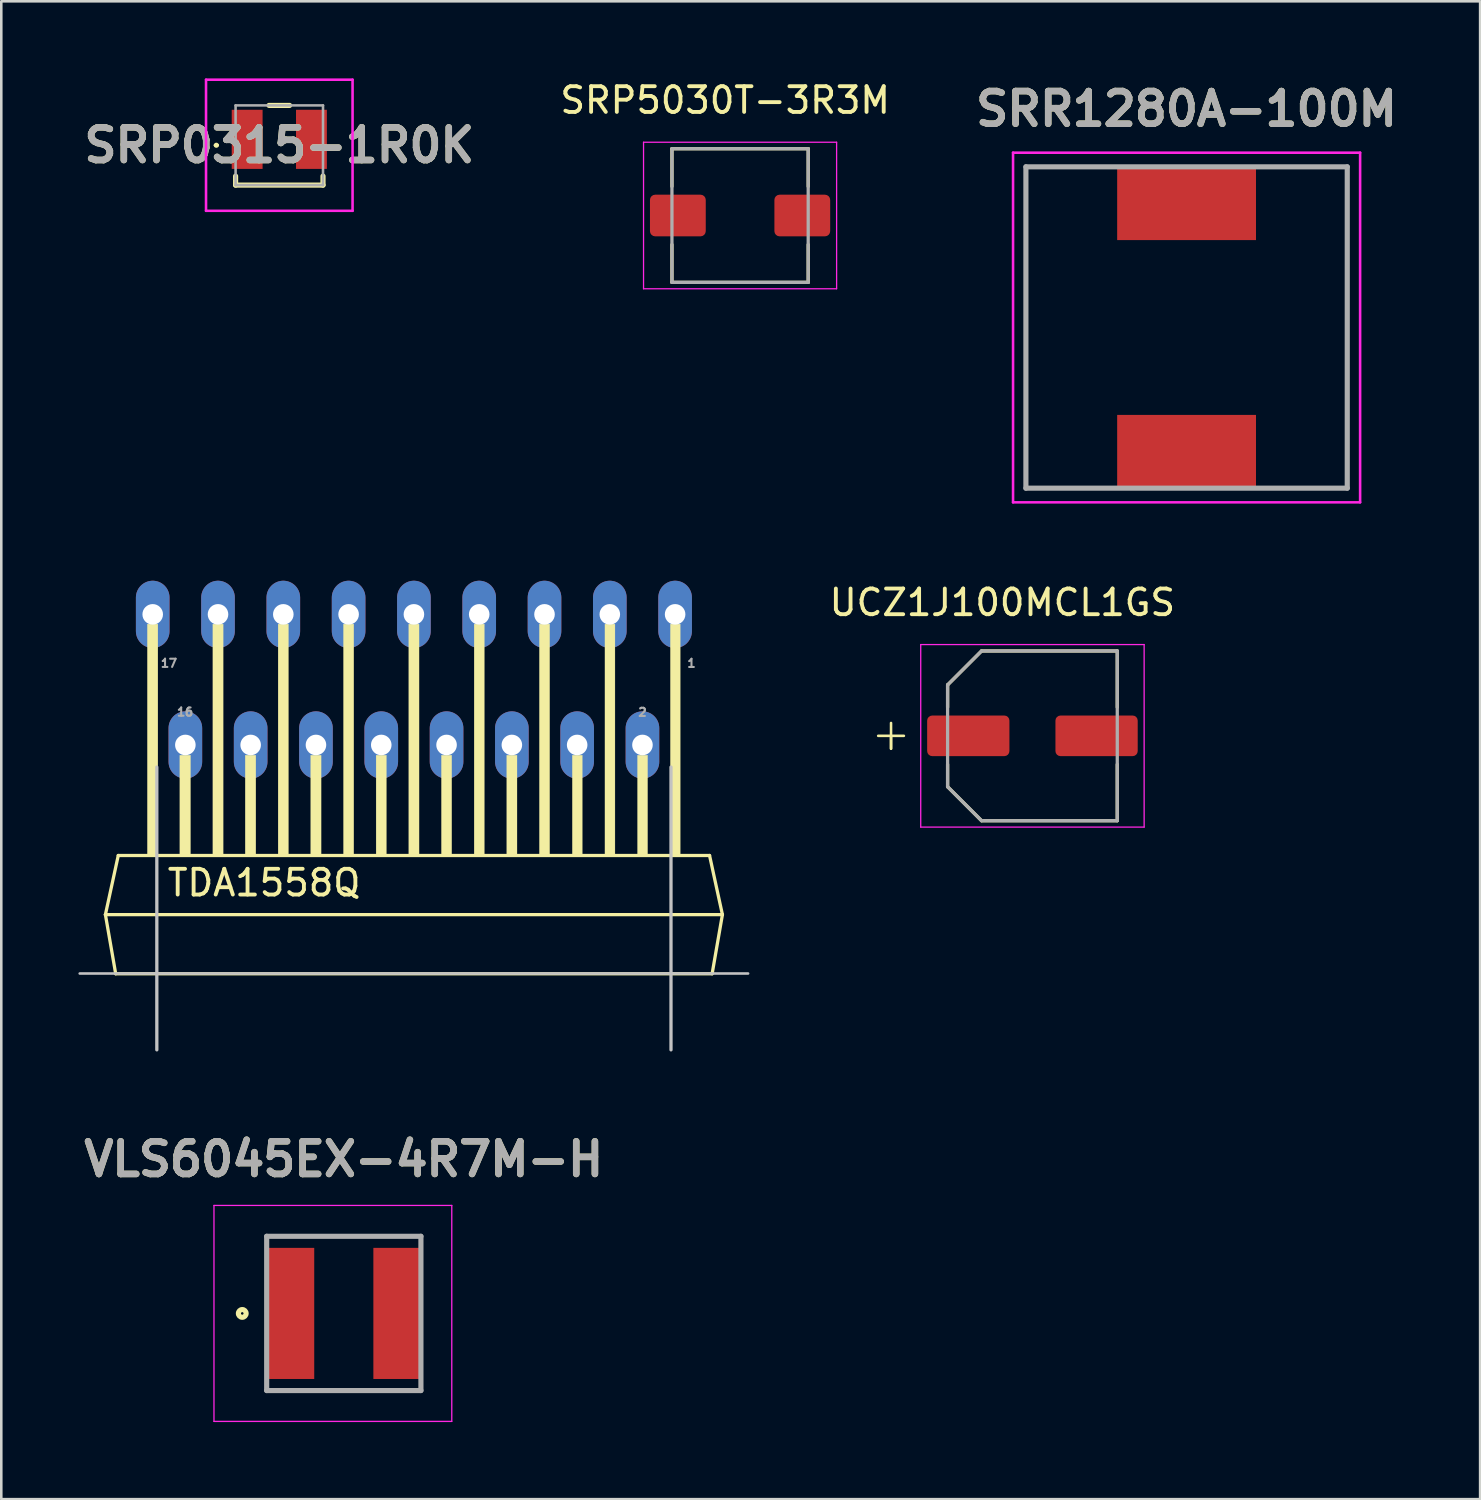
<source format=kicad_pcb>
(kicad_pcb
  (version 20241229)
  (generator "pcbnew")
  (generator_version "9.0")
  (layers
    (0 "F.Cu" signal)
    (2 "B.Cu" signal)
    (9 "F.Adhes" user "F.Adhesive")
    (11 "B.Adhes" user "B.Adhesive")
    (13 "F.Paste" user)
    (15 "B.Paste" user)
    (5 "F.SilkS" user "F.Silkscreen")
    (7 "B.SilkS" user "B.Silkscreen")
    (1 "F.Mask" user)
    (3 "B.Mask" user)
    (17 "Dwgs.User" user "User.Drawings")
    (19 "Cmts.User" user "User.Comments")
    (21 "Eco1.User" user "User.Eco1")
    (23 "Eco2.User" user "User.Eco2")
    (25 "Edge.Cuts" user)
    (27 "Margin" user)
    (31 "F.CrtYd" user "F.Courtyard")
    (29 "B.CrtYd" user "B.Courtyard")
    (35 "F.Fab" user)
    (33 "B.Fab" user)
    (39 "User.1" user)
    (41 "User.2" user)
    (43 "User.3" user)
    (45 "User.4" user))
  (footprint "TDA1558Q"
    (layer "F.Cu")
    (at 13.05 34.817)
    (property "Reference" "TDA1558Q" (at -5.828 -3.527 0) (layer "F.SilkS") (effects (font (size 1.001 1.001) (thickness 0.15))))
    (attr through_hole)
    (fp_line (start -12 -2.29) (end -11.6 0.01) (stroke (width 0.127) (type solid)) (layer "F.SilkS"))
    (fp_line (start -12 -2.29) (end -11.5 -4.59) (stroke (width 0.127) (type solid)) (layer "F.SilkS"))
    (fp_line (start -12 -2.29) (end 12 -2.29) (stroke (width 0.127) (type solid)) (layer "F.SilkS"))
    (fp_line (start -11.5 -4.59) (end 11.5 -4.59) (stroke (width 0.127) (type solid)) (layer "F.SilkS"))
    (fp_line (start 11.6 0.01) (end -11.6 0.01) (stroke (width 0.127) (type solid)) (layer "F.SilkS"))
    (fp_line (start 12 -2.29) (end 11.5 -4.59) (stroke (width 0.127) (type solid)) (layer "F.SilkS"))
    (fp_line (start 12 -2.29) (end 11.6 0.01) (stroke (width 0.127) (type solid)) (layer "F.SilkS"))
    (fp_poly (pts (xy -10.368 -13.59) (xy -9.96 -13.59) (xy -9.96 -4.594) (xy -10.368 -4.594)) (stroke (width 0.01) (type solid)) (fill yes) (layer "F.SilkS"))
    (fp_poly (pts (xy -9.105 -8.49) (xy -8.69 -8.49) (xy -8.69 -4.597) (xy -9.105 -4.597)) (stroke (width 0.01) (type solid)) (fill yes) (layer "F.SilkS"))
    (fp_poly (pts (xy -7.82 -13.59) (xy -7.42 -13.59) (xy -7.42 -4.59) (xy -7.82 -4.59)) (stroke (width 0.01) (type solid)) (fill yes) (layer "F.SilkS"))
    (fp_poly (pts (xy -6.561 -8.49) (xy -6.15 -8.49) (xy -6.15 -4.598) (xy -6.561 -4.598)) (stroke (width 0.01) (type solid)) (fill yes) (layer "F.SilkS"))
    (fp_poly (pts (xy -5.281 -13.59) (xy -4.88 -13.59) (xy -4.88 -4.591) (xy -5.281 -4.591)) (stroke (width 0.01) (type solid)) (fill yes) (layer "F.SilkS"))
    (fp_poly (pts (xy -4.015 -8.49) (xy -3.61 -8.49) (xy -3.61 -4.596) (xy -4.015 -4.596)) (stroke (width 0.01) (type solid)) (fill yes) (layer "F.SilkS"))
    (fp_poly (pts (xy -2.74 -13.59) (xy -2.34 -13.59) (xy -2.34 -4.591) (xy -2.74 -4.591)) (stroke (width 0.01) (type solid)) (fill yes) (layer "F.SilkS"))
    (fp_poly (pts (xy -1.47 -8.49) (xy -1.07 -8.49) (xy -1.07 -4.59) (xy -1.47 -4.59)) (stroke (width 0.01) (type solid)) (fill yes) (layer "F.SilkS"))
    (fp_poly (pts (xy -0.2 -13.59) (xy 0.2 -13.59) (xy 0.2 -4.597) (xy -0.2 -4.597)) (stroke (width 0.01) (type solid)) (fill yes) (layer "F.SilkS"))
    (fp_poly (pts (xy 1.07 -8.49) (xy 1.47 -8.49) (xy 1.47 -4.591) (xy 1.07 -4.591)) (stroke (width 0.01) (type solid)) (fill yes) (layer "F.SilkS"))
    (fp_poly (pts (xy 2.344 -13.59) (xy 2.74 -13.59) (xy 2.74 -4.599) (xy 2.344 -4.599)) (stroke (width 0.01) (type solid)) (fill yes) (layer "F.SilkS"))
    (fp_poly (pts (xy 3.611 -8.49) (xy 4.01 -8.49) (xy 4.01 -4.591) (xy 3.611 -4.591)) (stroke (width 0.01) (type solid)) (fill yes) (layer "F.SilkS"))
    (fp_poly (pts (xy 4.881 -13.59) (xy 5.28 -13.59) (xy 5.28 -4.591) (xy 4.881 -4.591)) (stroke (width 0.01) (type solid)) (fill yes) (layer "F.SilkS"))
    (fp_poly (pts (xy 6.162 -8.49) (xy 6.55 -8.49) (xy 6.55 -4.599) (xy 6.162 -4.599)) (stroke (width 0.01) (type solid)) (fill yes) (layer "F.SilkS"))
    (fp_poly (pts (xy 7.431 -13.59) (xy 7.82 -13.59) (xy 7.82 -4.597) (xy 7.431 -4.597)) (stroke (width 0.01) (type solid)) (fill yes) (layer "F.SilkS"))
    (fp_poly (pts (xy 8.697 -8.49) (xy 9.09 -8.49) (xy 9.09 -4.594) (xy 8.697 -4.594)) (stroke (width 0.01) (type solid)) (fill yes) (layer "F.SilkS"))
    (fp_poly (pts (xy 9.976 -13.59) (xy 10.36 -13.59) (xy 10.36 -4.598) (xy 9.976 -4.598)) (stroke (width 0.01) (type solid)) (fill yes) (layer "F.SilkS"))
    (fp_line (start -13 0) (end 13 0) (stroke (width 0.1) (type solid)) (layer "Dwgs.User"))
    (fp_line (start -10 -8.03) (end -10 2.97) (stroke (width 0.127) (type solid)) (layer "Dwgs.User"))
    (fp_line (start 10 -8.03) (end 10 2.97) (stroke (width 0.127) (type solid)) (layer "Dwgs.User"))
    (fp_text user "16" (at -8.9 -10.172 0) (layer "F.Fab") (effects (font (size 0.32 0.32) (thickness 0.15))))
    (fp_text user "17" (at -9.528 -12.069 0) (layer "F.Fab") (effects (font (size 0.32 0.32) (thickness 0.15))))
    (fp_text user "1" (at 10.797 -12.067 0) (layer "F.Fab") (effects (font (size 0.32 0.32) (thickness 0.15))))
    (fp_text user "2" (at 8.892 -10.162 0) (layer "F.Fab") (effects (font (size 0.32 0.32) (thickness 0.15))))
    (pad "1" thru_hole oval (at 10.16 -13.97) (size 1.308 2.616) (drill 0.8) (layers "*.Cu" "*.Mask"))
    (pad "2" thru_hole oval (at 8.89 -8.89) (size 1.308 2.616) (drill 0.8) (layers "*.Cu" "*.Mask"))
    (pad "3" thru_hole oval (at 7.62 -13.97) (size 1.308 2.616) (drill 0.8) (layers "*.Cu" "*.Mask"))
    (pad "4" thru_hole oval (at 6.35 -8.89) (size 1.308 2.616) (drill 0.8) (layers "*.Cu" "*.Mask"))
    (pad "5" thru_hole oval (at 5.08 -13.97) (size 1.308 2.616) (drill 0.8) (layers "*.Cu" "*.Mask"))
    (pad "6" thru_hole oval (at 3.81 -8.89) (size 1.308 2.616) (drill 0.8) (layers "*.Cu" "*.Mask"))
    (pad "7" thru_hole oval (at 2.54 -13.97) (size 1.308 2.616) (drill 0.8) (layers "*.Cu" "*.Mask"))
    (pad "8" thru_hole oval (at 1.27 -8.89) (size 1.308 2.616) (drill 0.8) (layers "*.Cu" "*.Mask"))
    (pad "9" thru_hole oval (at 0 -13.97) (size 1.308 2.616) (drill 0.8) (layers "*.Cu" "*.Mask"))
    (pad "10" thru_hole oval (at -1.27 -8.89) (size 1.308 2.616) (drill 0.8) (layers "*.Cu" "*.Mask"))
    (pad "11" thru_hole oval (at -2.54 -13.97) (size 1.308 2.616) (drill 0.8) (layers "*.Cu" "*.Mask"))
    (pad "12" thru_hole oval (at -3.81 -8.89) (size 1.308 2.616) (drill 0.8) (layers "*.Cu" "*.Mask"))
    (pad "13" thru_hole oval (at -5.08 -13.97) (size 1.308 2.616) (drill 0.8) (layers "*.Cu" "*.Mask"))
    (pad "14" thru_hole oval (at -6.35 -8.89) (size 1.308 2.616) (drill 0.8) (layers "*.Cu" "*.Mask"))
    (pad "15" thru_hole oval (at -7.62 -13.97) (size 1.308 2.616) (drill 0.8) (layers "*.Cu" "*.Mask"))
    (pad "16" thru_hole oval (at -8.89 -8.89) (size 1.308 2.616) (drill 0.8) (layers "*.Cu" "*.Mask"))
    (pad "17" thru_hole oval (at -10.16 -13.97) (size 1.308 2.616) (drill 0.8) (layers "*.Cu" "*.Mask")))
  (footprint "SRP0315-1R0K"
    (layer "F.Cu")
    (at 7.814 2.6)
    (property "Reference" "SRP0315-1R0K" (at 0 0 0) (layer "F.SilkS") (effects (font (size 1.27 1.27) (thickness 0.254))))
    (attr smd)
    (fp_line (start -2.5 0) (end -2.5 0) (stroke (width 0.1) (type solid)) (layer "F.SilkS"))
    (fp_line (start -2.4 0) (end -2.4 0) (stroke (width 0.1) (type solid)) (layer "F.SilkS"))
    (fp_line (start -1.7 1.2) (end -1.7 1.55) (stroke (width 0.2) (type solid)) (layer "F.SilkS"))
    (fp_line (start -1.7 1.55) (end 1.7 1.55) (stroke (width 0.2) (type solid)) (layer "F.SilkS"))
    (fp_line (start -0.4 -1.55) (end 0.4 -1.55) (stroke (width 0.2) (type solid)) (layer "F.SilkS"))
    (fp_line (start 1.7 1.55) (end 1.7 1.2) (stroke (width 0.2) (type solid)) (layer "F.SilkS"))
    (fp_arc (start -2.5 0) (mid -2.45 -0.05) (end -2.4 0) (stroke (width 0.1) (type solid)) (layer "F.SilkS"))
    (fp_arc (start -2.4 0) (mid -2.45 0.05) (end -2.5 0) (stroke (width 0.1) (type solid)) (layer "F.SilkS"))
    (fp_line (start -2.85 -2.55) (end 2.85 -2.55) (stroke (width 0.1) (type solid)) (layer "F.CrtYd"))
    (fp_line (start -2.85 2.55) (end -2.85 -2.55) (stroke (width 0.1) (type solid)) (layer "F.CrtYd"))
    (fp_line (start 2.85 -2.55) (end 2.85 2.55) (stroke (width 0.1) (type solid)) (layer "F.CrtYd"))
    (fp_line (start 2.85 2.55) (end -2.85 2.55) (stroke (width 0.1) (type solid)) (layer "F.CrtYd"))
    (fp_line (start -1.7 -1.55) (end -1.7 1.55) (stroke (width 0.1) (type solid)) (layer "F.Fab"))
    (fp_line (start -1.7 1.55) (end 1.7 1.55) (stroke (width 0.1) (type solid)) (layer "F.Fab"))
    (fp_line (start 1.7 -1.55) (end -1.7 -1.55) (stroke (width 0.1) (type solid)) (layer "F.Fab"))
    (fp_line (start 1.7 1.55) (end 1.7 -1.55) (stroke (width 0.1) (type solid)) (layer "F.Fab"))
    (fp_text user "${REFERENCE}" (at 0 0 0) (layer "F.Fab") (effects (font (size 1.27 1.27) (thickness 0.254))))
    (pad "1" smd rect (at -1.25 -0.23) (size 1.2 2.3) (layers "F.Cu" "F.Mask" "F.Paste"))
    (pad "2" smd rect (at 1.25 -0.23) (size 1.2 2.3) (layers "F.Cu" "F.Mask" "F.Paste")))
  (footprint "VLS6045EX-4R7M-H"
    (layer "F.Cu")
    (at 10.323 48.039)
    (property "Reference" "VLS6045EX-4R7M-H" (at 0 -6 0) (layer "F.SilkS") (effects (font (size 1.27 1.27) (thickness 0.254))))
    (attr smd)
    (fp_circle (center -3.95 0) (end -3.95 0.05) (stroke (width 0.2) (type solid)) (fill no) (layer "F.SilkS"))
    (fp_line (start -5.05 -4.2) (end 4.2 -4.2) (stroke (width 0.05) (type solid)) (layer "F.CrtYd"))
    (fp_line (start -5.05 4.2) (end -5.05 -4.2) (stroke (width 0.05) (type solid)) (layer "F.CrtYd"))
    (fp_line (start 4.2 -4.2) (end 4.2 4.2) (stroke (width 0.05) (type solid)) (layer "F.CrtYd"))
    (fp_line (start 4.2 4.2) (end -5.05 4.2) (stroke (width 0.05) (type solid)) (layer "F.CrtYd"))
    (fp_line (start -3 -3) (end 3 -3) (stroke (width 0.2) (type solid)) (layer "F.Fab"))
    (fp_line (start -3 3) (end -3 -3) (stroke (width 0.2) (type solid)) (layer "F.Fab"))
    (fp_line (start 3 -3) (end 3 3) (stroke (width 0.2) (type solid)) (layer "F.Fab"))
    (fp_line (start 3 3) (end -3 3) (stroke (width 0.2) (type solid)) (layer "F.Fab"))
    (fp_text user "${REFERENCE}" (at 0 -6 0) (layer "F.Fab") (effects (font (size 1.27 1.27) (thickness 0.254))))
    (pad "1" smd rect (at -2.1 0) (size 1.9 5.1) (layers "F.Cu" "F.Mask" "F.Paste"))
    (pad "2" smd rect (at 2.1 0) (size 1.9 5.1) (layers "F.Cu" "F.Mask" "F.Paste")))
  (footprint "SRP5030T-3R3M"
    (layer "F.Cu")
    (at 25.737 5.333)
    (property "Reference" "SRP5030T-3R3M" (at -0.58 -4.485 0) (layer "F.SilkS") (effects (font (size 1 1) (thickness 0.15))))
    (attr smd)
    (fp_line (start -2.65 -2.6) (end 2.65 -2.6) (stroke (width 0.127) (type solid)) (layer "F.SilkS"))
    (fp_line (start -2.65 -1.13) (end -2.65 -2.6) (stroke (width 0.127) (type solid)) (layer "F.SilkS"))
    (fp_line (start -2.65 2.6) (end -2.65 1.13) (stroke (width 0.127) (type solid)) (layer "F.SilkS"))
    (fp_line (start 2.65 -2.6) (end 2.65 -1.13) (stroke (width 0.127) (type solid)) (layer "F.SilkS"))
    (fp_line (start 2.65 2.6) (end -2.65 2.6) (stroke (width 0.127) (type solid)) (layer "F.SilkS"))
    (fp_line (start 2.65 2.6) (end 2.65 1.13) (stroke (width 0.127) (type solid)) (layer "F.SilkS"))
    (fp_line (start -3.755 -2.85) (end -3.755 2.85) (stroke (width 0.05) (type solid)) (layer "F.CrtYd"))
    (fp_line (start -3.755 2.85) (end 3.755 2.85) (stroke (width 0.05) (type solid)) (layer "F.CrtYd"))
    (fp_line (start 3.755 -2.85) (end -3.755 -2.85) (stroke (width 0.05) (type solid)) (layer "F.CrtYd"))
    (fp_line (start 3.755 2.85) (end 3.755 -2.85) (stroke (width 0.05) (type solid)) (layer "F.CrtYd"))
    (fp_line (start -2.65 -2.6) (end 2.65 -2.6) (stroke (width 0.127) (type solid)) (layer "F.Fab"))
    (fp_line (start -2.65 2.6) (end -2.65 -2.6) (stroke (width 0.127) (type solid)) (layer "F.Fab"))
    (fp_line (start 2.65 -2.6) (end 2.65 2.6) (stroke (width 0.127) (type solid)) (layer "F.Fab"))
    (fp_line (start 2.65 2.6) (end -2.65 2.6) (stroke (width 0.127) (type solid)) (layer "F.Fab"))
    (pad "1" smd roundrect (at -2.42 0) (size 2.17 1.62) (layers "F.Cu" "F.Mask" "F.Paste") (roundrect_rratio 0.125))
    (pad "2" smd roundrect (at 2.42 0) (size 2.17 1.62) (layers "F.Cu" "F.Mask" "F.Paste") (roundrect_rratio 0.125)))
  (footprint "UCZ1J100MCL1GS"
    (layer "F.Cu")
    (at 37.109 25.572)
    (property "Reference" "UCZ1J100MCL1GS" (at -1.17 -5.185 0) (layer "F.SilkS") (effects (font (size 1 1) (thickness 0.15))))
    (attr smd)
    (fp_line (start -6 0) (end -5.5 0) (stroke (width 0.1) (type default)) (layer "F.SilkS"))
    (fp_line (start -5.5 -0.5) (end -5.5 0.5) (stroke (width 0.1) (type default)) (layer "F.SilkS"))
    (fp_line (start -5.5 0) (end -5 0) (stroke (width 0.1) (type default)) (layer "F.SilkS"))
    (fp_line (start -5.5 0.5) (end -5.5 0) (stroke (width 0.1) (type default)) (layer "F.SilkS"))
    (fp_line (start -3.3 -1.98) (end -1.98 -3.3) (stroke (width 0.127) (type solid)) (layer "F.SilkS"))
    (fp_line (start -3.3 -1.11) (end -3.3 -1.98) (stroke (width 0.127) (type solid)) (layer "F.SilkS"))
    (fp_line (start -3.3 1.98) (end -3.3 1.11) (stroke (width 0.127) (type solid)) (layer "F.SilkS"))
    (fp_line (start -1.98 -3.3) (end 3.3 -3.3) (stroke (width 0.127) (type solid)) (layer "F.SilkS"))
    (fp_line (start -1.98 3.3) (end -3.3 1.98) (stroke (width 0.127) (type solid)) (layer "F.SilkS"))
    (fp_line (start 3.3 -3.3) (end 3.3 -1.11) (stroke (width 0.127) (type solid)) (layer "F.SilkS"))
    (fp_line (start 3.3 3.3) (end -1.98 3.3) (stroke (width 0.127) (type solid)) (layer "F.SilkS"))
    (fp_line (start 3.3 3.3) (end 3.3 1.11) (stroke (width 0.127) (type solid)) (layer "F.SilkS"))
    (fp_line (start -4.345 -3.55) (end -4.345 3.55) (stroke (width 0.05) (type solid)) (layer "F.CrtYd"))
    (fp_line (start -4.345 3.55) (end 4.345 3.55) (stroke (width 0.05) (type solid)) (layer "F.CrtYd"))
    (fp_line (start 4.345 -3.55) (end -4.345 -3.55) (stroke (width 0.05) (type solid)) (layer "F.CrtYd"))
    (fp_line (start 4.345 3.55) (end 4.345 -3.55) (stroke (width 0.05) (type solid)) (layer "F.CrtYd"))
    (fp_line (start -3.3 -1.98) (end -1.98 -3.3) (stroke (width 0.127) (type solid)) (layer "F.Fab"))
    (fp_line (start -3.3 1.98) (end -3.3 -1.98) (stroke (width 0.127) (type solid)) (layer "F.Fab"))
    (fp_line (start -1.98 -3.3) (end 3.3 -3.3) (stroke (width 0.127) (type solid)) (layer "F.Fab"))
    (fp_line (start -1.98 3.3) (end -3.3 1.98) (stroke (width 0.127) (type solid)) (layer "F.Fab"))
    (fp_line (start 3.3 -3.3) (end 3.3 3.3) (stroke (width 0.127) (type solid)) (layer "F.Fab"))
    (fp_line (start 3.3 3.3) (end -1.98 3.3) (stroke (width 0.127) (type solid)) (layer "F.Fab"))
    (pad "1" smd roundrect (at -2.495 0) (size 3.2 1.58) (layers "F.Cu" "F.Mask" "F.Paste") (roundrect_rratio 0.125))
    (pad "2" smd roundrect (at 2.495 0) (size 3.2 1.58) (layers "F.Cu" "F.Mask" "F.Paste") (roundrect_rratio 0.125)))
  (footprint "SRR1280A-100M"
    (layer "F.Cu")
    (at 43.105 9.689)
    (property "Reference" "SRR1280A-100M" (at 0 -8.5 0) (layer "F.SilkS") (effects (font (size 1.27 1.27) (thickness 0.254))))
    (attr smd)
    (fp_line (start -6.25 -6.25) (end -6.25 6.25) (stroke (width 0.1) (type solid)) (layer "F.SilkS"))
    (fp_line (start 6.25 -6.25) (end 6.25 6.25) (stroke (width 0.1) (type solid)) (layer "F.SilkS"))
    (fp_line (start -6.75 -6.8) (end 6.75 -6.8) (stroke (width 0.1) (type solid)) (layer "F.CrtYd"))
    (fp_line (start -6.75 6.8) (end -6.75 -6.8) (stroke (width 0.1) (type solid)) (layer "F.CrtYd"))
    (fp_line (start 6.75 -6.8) (end 6.75 6.8) (stroke (width 0.1) (type solid)) (layer "F.CrtYd"))
    (fp_line (start 6.75 6.8) (end -6.75 6.8) (stroke (width 0.1) (type solid)) (layer "F.CrtYd"))
    (fp_line (start -6.25 -6.25) (end 6.25 -6.25) (stroke (width 0.2) (type solid)) (layer "F.Fab"))
    (fp_line (start -6.25 6.25) (end -6.25 -6.25) (stroke (width 0.2) (type solid)) (layer "F.Fab"))
    (fp_line (start 6.25 -6.25) (end 6.25 6.25) (stroke (width 0.2) (type solid)) (layer "F.Fab"))
    (fp_line (start 6.25 6.25) (end -6.25 6.25) (stroke (width 0.2) (type solid)) (layer "F.Fab"))
    (fp_text user "${REFERENCE}" (at 0 -8.5 0) (layer "F.Fab") (effects (font (size 1.27 1.27) (thickness 0.254))))
    (pad "1" smd rect (at 0 -4.85 90) (size 2.9 5.4) (layers "F.Cu" "F.Mask" "F.Paste"))
    (pad "2" smd rect (at 0 4.85 90) (size 2.9 5.4) (layers "F.Cu" "F.Mask" "F.Paste")))
  (gr_rect
    (start -3 -3)
    (end 54.523 55.264)
    (stroke (width 0.1) (type default))
    (fill no)
    (layer "Edge.Cuts")))
</source>
